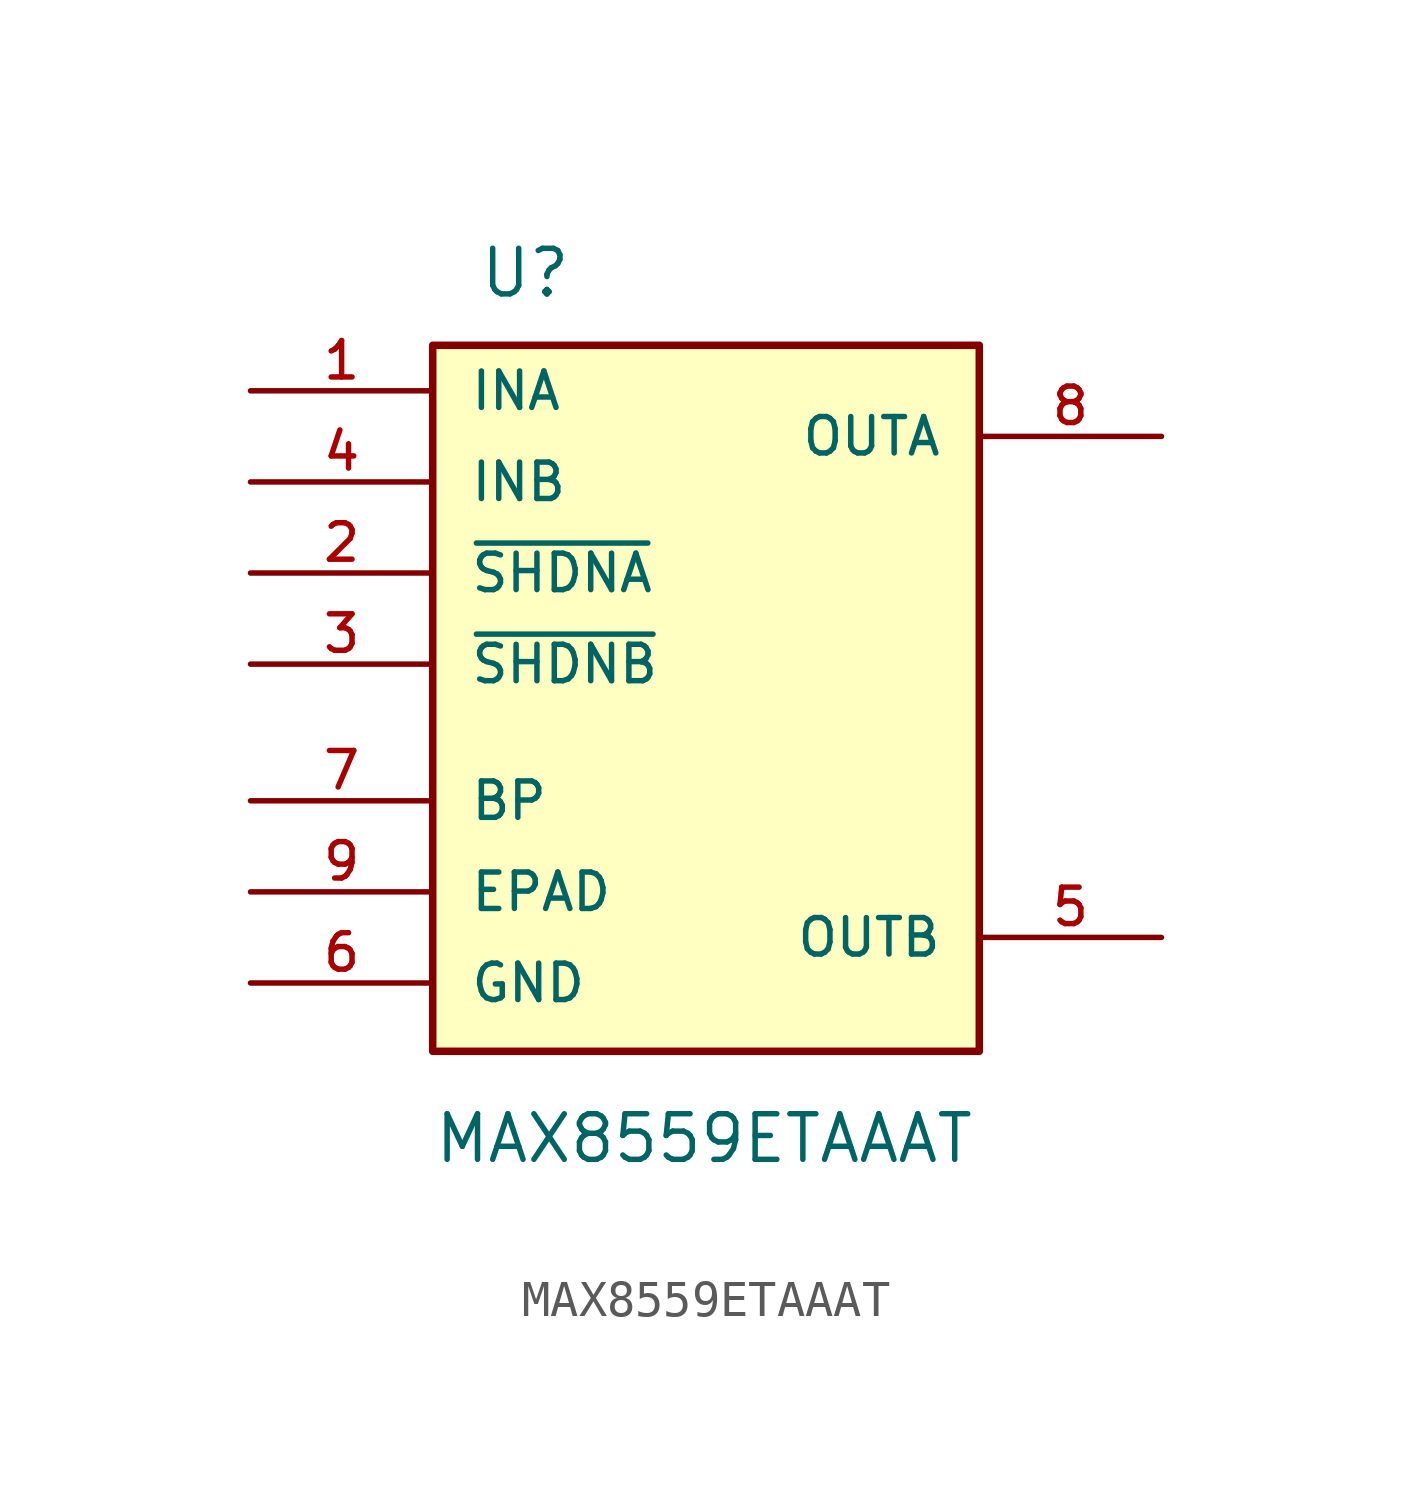
<source format=kicad_sym>
(kicad_symbol_lib
  (version 20211014)
  (generator kicad_symbol_editor)
  (symbol "MAX8559ETAAAT"
    (pin_names
      (offset 1.016))
    (property "Reference" "U"
      (at -6.35 12.7 0)
      (effects (font (size 1.27 1.27)) (justify left bottom)))
    (property "Value" "MAX8559ETAAAT"
      (at -7.62 -11.43 0)
      (effects (font (size 1.27 1.27)) (justify left bottom)))
    (symbol "MAX8559ETAAAT_0_0"
      (rectangle (start -7.62 11.43) (end 7.62 -8.255) (stroke (width 0.21) (type default) (color 0 0 0 0)) (fill (type background)))
      (pin input line (at -12.7 10.16 0) (length 5.08) (name "INA" (effects (font (size 1.016 1.016)))) (number "1" (effects (font (size 1.016 1.016)))))
      (pin input line (at -12.7 5.08 0) (length 5.08) (name "~{SHDNA}" (effects (font (size 1.016 1.016)))) (number "2" (effects (font (size 1.016 1.016)))))
      (pin input line (at -12.7 2.54 0) (length 5.08) (name "~{SHDNB}" (effects (font (size 1.016 1.016)))) (number "3" (effects (font (size 1.016 1.016)))))
      (pin input line (at -12.7 7.62 0) (length 5.08) (name "INB" (effects (font (size 1.016 1.016)))) (number "4" (effects (font (size 1.016 1.016)))))
      (pin output line (at 12.7 -5.08 180) (length 5.08) (name "OUTB" (effects (font (size 1.016 1.016)))) (number "5" (effects (font (size 1.016 1.016)))))
      (pin power_in line (at -12.7 -6.35 0) (length 5.08) (name "GND" (effects (font (size 1.016 1.016)))) (number "6" (effects (font (size 1.016 1.016)))))
      (pin bidirectional line (at -12.7 -1.27 0) (length 5.08) (name "BP" (effects (font (size 1.016 1.016)))) (number "7" (effects (font (size 1.016 1.016)))))
      (pin output line (at 12.7 8.89 180) (length 5.08) (name "OUTA" (effects (font (size 1.016 1.016)))) (number "8" (effects (font (size 1.016 1.016)))))
      (pin power_in line (at -12.7 -3.81 0) (length 5.08) (name "EPAD" (effects (font (size 1.016 1.016)))) (number "9" (effects (font (size 1.016 1.016))))))))
</source>
